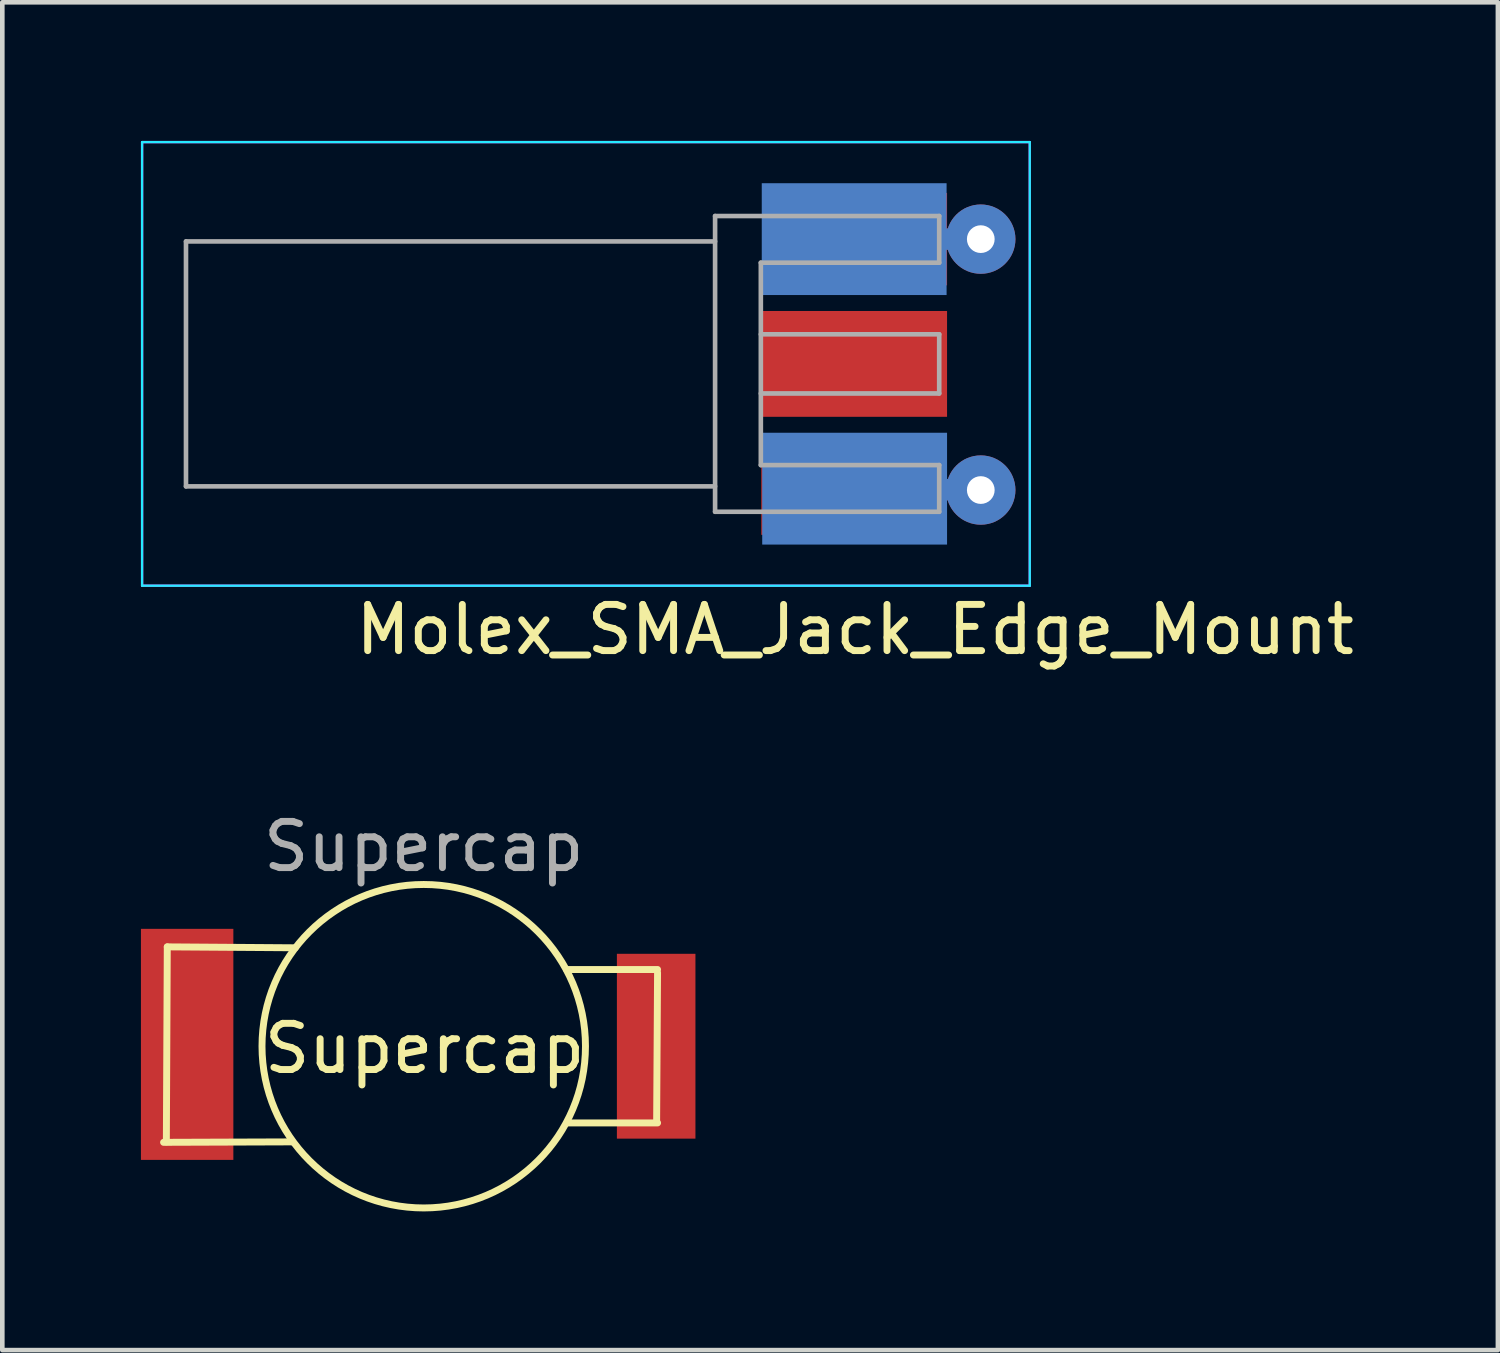
<source format=kicad_pcb>
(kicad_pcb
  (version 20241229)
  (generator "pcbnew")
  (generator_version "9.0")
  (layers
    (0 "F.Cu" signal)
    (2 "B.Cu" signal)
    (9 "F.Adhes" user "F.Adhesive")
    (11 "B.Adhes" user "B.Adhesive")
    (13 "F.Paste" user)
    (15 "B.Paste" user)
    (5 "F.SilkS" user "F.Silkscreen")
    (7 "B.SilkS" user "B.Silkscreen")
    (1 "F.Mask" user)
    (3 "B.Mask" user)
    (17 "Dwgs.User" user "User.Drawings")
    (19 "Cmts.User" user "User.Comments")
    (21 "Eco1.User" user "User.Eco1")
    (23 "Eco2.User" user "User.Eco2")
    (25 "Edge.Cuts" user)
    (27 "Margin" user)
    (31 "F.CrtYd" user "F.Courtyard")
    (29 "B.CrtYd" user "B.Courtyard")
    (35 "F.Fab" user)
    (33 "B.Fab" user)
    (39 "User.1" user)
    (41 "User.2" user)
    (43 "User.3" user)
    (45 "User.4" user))
  (footprint "Supercap"
    (layer "F.Cu")
    (at 6.12 19.591)
    (property "Reference" "Supercap" (at 0.02 0.05 180) (layer "F.SilkS") (effects (font (size 1 1) (thickness 0.15))))
    (attr smd)
    (fp_line (start -5.63 2.08) (end -2.85 2.07) (stroke (width 0.15) (type solid)) (layer "F.SilkS"))
    (fp_line (start -5.55 -2.15) (end -5.57 2.07) (stroke (width 0.15) (type solid)) (layer "F.SilkS"))
    (fp_line (start -2.78 -2.13) (end -5.55 -2.15) (stroke (width 0.15) (type solid)) (layer "F.SilkS"))
    (fp_line (start 3.09 -1.66) (end 5.06 -1.66) (stroke (width 0.15) (type solid)) (layer "F.SilkS"))
    (fp_line (start 5.06 -1.59) (end 5.04 1.65) (stroke (width 0.15) (type solid)) (layer "F.SilkS"))
    (fp_line (start 5.06 1.66) (end 3.13 1.66) (stroke (width 0.15) (type solid)) (layer "F.SilkS"))
    (fp_circle (center 0 0) (end 3.5 0.03) (stroke (width 0.15) (type solid)) (fill no) (layer "F.SilkS"))
    (fp_text user "${REFERENCE}" (at 0 -4.32 0) (layer "F.Fab") (effects (font (size 1 1) (thickness 0.15))))
    (pad "1" smd rect (at -5.12 -0.04) (size 2 5) (layers "F.Cu" "F.Mask" "F.Paste"))
    (pad "2" smd rect (at 5.03 0) (size 1.7 4) (layers "F.Cu" "F.Mask" "F.Paste")))
  (footprint "Molex_SMA_Jack_Edge_Mount"
    (layer "F.Cu")
    (at 15.425 4.825)
    (property "Reference" "Molex_SMA_Jack_Edge_Mount" (at 0.03 5.75 0) (layer "F.SilkS") (effects (font (size 1 1) (thickness 0.15))))
    (attr smd)
    (fp_line (start -15.4 -4.8) (end -15.4 4.8) (stroke (width 0.05) (type solid)) (layer "B.CrtYd"))
    (fp_line (start -15.4 -4.8) (end 3.81 -4.8) (stroke (width 0.05) (type solid)) (layer "B.CrtYd"))
    (fp_line (start -15.4 4.8) (end 3.81 4.8) (stroke (width 0.05) (type solid)) (layer "B.CrtYd"))
    (fp_line (start 3.81 -4.8) (end 3.81 4.8) (stroke (width 0.05) (type solid)) (layer "B.CrtYd"))
    (fp_line (start -15.4 -4.8) (end 3.81 -4.8) (stroke (width 0.05) (type solid)) (layer "F.CrtYd"))
    (fp_line (start -15.4 4.8) (end -15.4 -4.8) (stroke (width 0.05) (type solid)) (layer "F.CrtYd"))
    (fp_line (start 3.81 -4.8) (end 3.81 4.8) (stroke (width 0.05) (type solid)) (layer "F.CrtYd"))
    (fp_line (start 3.81 4.8) (end -15.4 4.8) (stroke (width 0.05) (type solid)) (layer "F.CrtYd"))
    (fp_line (start -14.45 -2.65) (end -14.45 2.65) (stroke (width 0.1) (type solid)) (layer "F.Fab"))
    (fp_line (start -14.45 -2.65) (end -3 -2.65) (stroke (width 0.1) (type solid)) (layer "F.Fab"))
    (fp_line (start -14.45 2.65) (end -3 2.65) (stroke (width 0.1) (type solid)) (layer "F.Fab"))
    (fp_line (start -3 -3.2) (end -3 3.2) (stroke (width 0.1) (type solid)) (layer "F.Fab"))
    (fp_line (start -3 -3.2) (end 1.85 -3.2) (stroke (width 0.1) (type solid)) (layer "F.Fab"))
    (fp_line (start -3 3.2) (end 1.85 3.2) (stroke (width 0.1) (type solid)) (layer "F.Fab"))
    (fp_line (start -2.01 -2.19) (end -2.01 2.19) (stroke (width 0.1) (type solid)) (layer "F.Fab"))
    (fp_line (start -2.01 -2.19) (end 1.85 -2.19) (stroke (width 0.1) (type solid)) (layer "F.Fab"))
    (fp_line (start -2.01 -0.64) (end 1.85 -0.64) (stroke (width 0.1) (type solid)) (layer "F.Fab"))
    (fp_line (start -2.01 0.64) (end 1.85 0.64) (stroke (width 0.1) (type solid)) (layer "F.Fab"))
    (fp_line (start -2.01 2.19) (end 1.85 2.19) (stroke (width 0.1) (type solid)) (layer "F.Fab"))
    (fp_line (start 1.85 -3.2) (end 1.85 -2.19) (stroke (width 0.1) (type solid)) (layer "F.Fab"))
    (fp_line (start 1.85 -0.64) (end 1.85 0.64) (stroke (width 0.1) (type solid)) (layer "F.Fab"))
    (fp_line (start 1.85 2.19) (end 1.85 3.2) (stroke (width 0.1) (type solid)) (layer "F.Fab"))
    (pad "1" smd rect (at 0.02 0) (size 4 2.29) (layers "F.Cu" "F.Mask" "F.Paste"))
    (pad "2" smd rect (at 0 2.7) (size 4 2) (layers "F.Cu" "F.Mask" "F.Paste"))
    (pad "2" smd rect (at 0.01 -2.7) (size 4 2.42) (layers "B.Cu" "B.Mask" "B.Paste"))
    (pad "2" smd rect (at 0.02 -2.7) (size 4 2) (layers "F.Cu" "F.Mask" "F.Paste"))
    (pad "2" smd rect (at 0.02 2.7) (size 4 2.42) (layers "B.Cu" "B.Mask" "B.Paste"))
    (pad "2" smd rect (at 2.27 -2.7) (size 0.89 0.46) (layers "F.Cu"))
    (pad "2" smd rect (at 2.27 -2.7) (size 0.89 0.46) (layers "B.Cu"))
    (pad "2" smd rect (at 2.28 2.72) (size 0.89 0.46) (layers "F.Cu"))
    (pad "2" smd rect (at 2.28 2.72) (size 0.89 0.46) (layers "B.Cu"))
    (pad "2" thru_hole circle (at 2.75 -2.7) (size 1.5 1.5) (drill 0.6) (layers "*.Cu"))
    (pad "2" thru_hole circle (at 2.75 2.73) (size 1.5 1.5) (drill 0.6) (layers "*.Cu")))
  (gr_rect
    (start -3 -3)
    (end 29.366 26.167)
    (stroke (width 0.1) (type default))
    (fill no)
    (layer "Edge.Cuts")))
</source>
